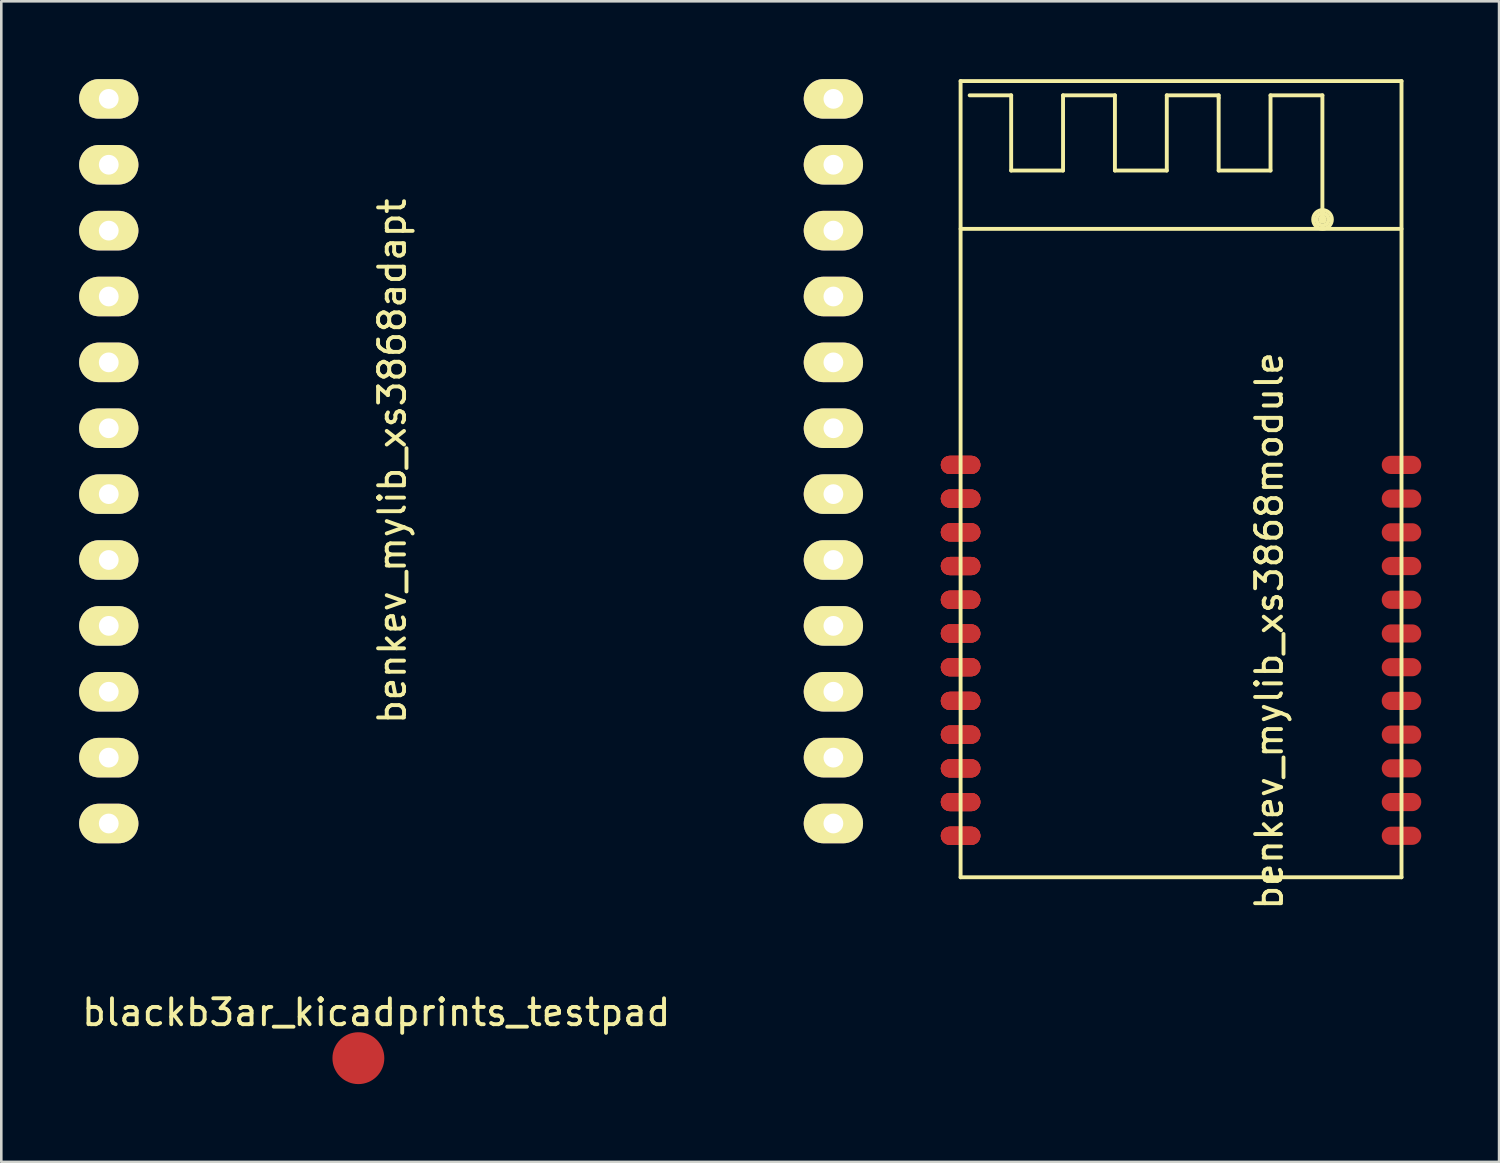
<source format=kicad_pcb>
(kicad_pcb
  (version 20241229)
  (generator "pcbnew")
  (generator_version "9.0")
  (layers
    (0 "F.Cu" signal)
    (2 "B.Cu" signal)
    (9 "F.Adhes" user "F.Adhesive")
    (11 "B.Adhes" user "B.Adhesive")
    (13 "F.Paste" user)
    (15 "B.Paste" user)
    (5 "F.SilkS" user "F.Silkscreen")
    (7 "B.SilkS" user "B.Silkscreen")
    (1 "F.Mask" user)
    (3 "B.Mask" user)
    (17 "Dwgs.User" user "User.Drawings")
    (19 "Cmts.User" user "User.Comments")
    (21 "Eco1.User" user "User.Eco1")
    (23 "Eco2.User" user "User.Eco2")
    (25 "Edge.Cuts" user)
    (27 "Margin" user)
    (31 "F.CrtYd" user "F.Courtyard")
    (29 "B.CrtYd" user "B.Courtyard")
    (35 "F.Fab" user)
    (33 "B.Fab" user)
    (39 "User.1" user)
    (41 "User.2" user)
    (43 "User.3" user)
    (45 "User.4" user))
  (footprint "blackb3ar_kicadprints_testpad"
    (layer "F.Cu")
    (at 10.768 37.75)
    (property "Reference" "blackb3ar_kicadprints_testpad" (at 0.69 -1.764 0) (layer "F.SilkS") (effects (font (size 1 1) (thickness 0.15))))
    (attr through_hole)
    (pad "1" smd circle (at 0 0) (size 2 2) (layers "F.Cu" "F.Mask" "F.Paste")))
  (footprint "benkev_mylib_xs3868module"
    (layer "F.Cu")
    (at 44.438 12.625)
    (property "Reference" "benkev_mylib_xs3868module" (at 1.45 8.65 270) (layer "F.SilkS") (effects (font (size 1 1) (thickness 0.15))))
    (attr through_hole)
    (fp_line (start -10.45 -12.55) (end -10.45 18.15) (stroke (width 0.15) (type solid)) (layer "F.SilkS"))
    (fp_line (start -10.45 18.15) (end 6.55 18.15) (stroke (width 0.15) (type solid)) (layer "F.SilkS"))
    (fp_line (start -8.5 -12) (end -10.1 -12) (stroke (width 0.15) (type solid)) (layer "F.SilkS"))
    (fp_line (start -8.5 -9.1) (end -8.5 -12) (stroke (width 0.15) (type solid)) (layer "F.SilkS"))
    (fp_line (start -6.5 -12) (end -6.5 -9.1) (stroke (width 0.15) (type solid)) (layer "F.SilkS"))
    (fp_line (start -6.5 -9.1) (end -8.5 -9.1) (stroke (width 0.15) (type solid)) (layer "F.SilkS"))
    (fp_line (start -4.5 -12) (end -6.5 -12) (stroke (width 0.15) (type solid)) (layer "F.SilkS"))
    (fp_line (start -4.5 -9.1) (end -4.5 -12) (stroke (width 0.15) (type solid)) (layer "F.SilkS"))
    (fp_line (start -2.5 -12) (end -2.5 -9.1) (stroke (width 0.15) (type solid)) (layer "F.SilkS"))
    (fp_line (start -2.5 -9.1) (end -4.5 -9.1) (stroke (width 0.15) (type solid)) (layer "F.SilkS"))
    (fp_line (start -0.5 -12) (end -2.5 -12) (stroke (width 0.15) (type solid)) (layer "F.SilkS"))
    (fp_line (start -0.5 -11.9) (end -0.5 -12) (stroke (width 0.15) (type solid)) (layer "F.SilkS"))
    (fp_line (start -0.5 -9.1) (end -0.5 -11.9) (stroke (width 0.15) (type solid)) (layer "F.SilkS"))
    (fp_line (start 1.5 -12) (end 1.5 -9.1) (stroke (width 0.15) (type solid)) (layer "F.SilkS"))
    (fp_line (start 1.5 -9.1) (end -0.5 -9.1) (stroke (width 0.15) (type solid)) (layer "F.SilkS"))
    (fp_line (start 3.5 -12) (end 1.5 -12) (stroke (width 0.15) (type solid)) (layer "F.SilkS"))
    (fp_line (start 3.5 -7.2) (end 3.5 -12) (stroke (width 0.15) (type solid)) (layer "F.SilkS"))
    (fp_line (start 6.55 -12.55) (end -10.45 -12.55) (stroke (width 0.15) (type solid)) (layer "F.SilkS"))
    (fp_line (start 6.55 -6.85) (end -10.45 -6.85) (stroke (width 0.15) (type solid)) (layer "F.SilkS"))
    (fp_line (start 6.55 18.15) (end 6.55 -12.55) (stroke (width 0.15) (type solid)) (layer "F.SilkS"))
    (fp_circle (center 3.505 -7.214) (end 3.505 -7.442) (stroke (width 0.15) (type solid)) (fill no) (layer "F.SilkS"))
    (fp_circle (center 3.505 -7.214) (end 3.556 -7.137) (stroke (width 0.15) (type solid)) (fill no) (layer "F.SilkS"))
    (fp_circle (center 3.505 -7.214) (end 3.734 -7.493) (stroke (width 0.15) (type solid)) (fill no) (layer "F.SilkS"))
    (pad "1" smd oval (at -10.45 2.25 270) (size 0.7 1.524) (layers "F.Cu" "F.Mask" "F.Paste"))
    (pad "1" smd oval (at -10.45 2.25 270) (size 0.7 1.524) (layers "F.Cu" "F.Mask" "F.Paste"))
    (pad "1" smd oval (at -10.45 2.25 270) (size 0.7 1.524) (layers "F.Cu" "F.Mask" "F.Paste"))
    (pad "1" smd oval (at -10.45 2.25 270) (size 0.7 1.524) (layers "F.Cu" "F.Mask" "F.Paste"))
    (pad "2" smd oval (at -10.45 3.55 270) (size 0.7 1.524) (layers "F.Cu" "F.Mask" "F.Paste"))
    (pad "2" smd oval (at -10.45 3.55 270) (size 0.7 1.524) (layers "F.Cu" "F.Mask" "F.Paste"))
    (pad "2" smd oval (at -10.45 3.55 270) (size 0.7 1.524) (layers "F.Cu" "F.Mask" "F.Paste"))
    (pad "2" smd oval (at -10.45 3.55 270) (size 0.7 1.524) (layers "F.Cu" "F.Mask" "F.Paste"))
    (pad "3" smd oval (at -10.45 4.85 270) (size 0.7 1.524) (layers "F.Cu" "F.Mask" "F.Paste"))
    (pad "3" smd oval (at -10.45 4.85 270) (size 0.7 1.524) (layers "F.Cu" "F.Mask" "F.Paste"))
    (pad "3" smd oval (at -10.45 4.85 270) (size 0.7 1.524) (layers "F.Cu" "F.Mask" "F.Paste"))
    (pad "3" smd oval (at -10.45 4.85 270) (size 0.7 1.524) (layers "F.Cu" "F.Mask" "F.Paste"))
    (pad "4" smd oval (at -10.45 6.15 270) (size 0.7 1.524) (layers "F.Cu" "F.Mask" "F.Paste"))
    (pad "4" smd oval (at -10.45 6.15 270) (size 0.7 1.524) (layers "F.Cu" "F.Mask" "F.Paste"))
    (pad "4" smd oval (at -10.45 6.15 270) (size 0.7 1.524) (layers "F.Cu" "F.Mask" "F.Paste"))
    (pad "4" smd oval (at -10.45 6.15 270) (size 0.7 1.524) (layers "F.Cu" "F.Mask" "F.Paste"))
    (pad "5" smd oval (at -10.45 7.45 270) (size 0.7 1.524) (layers "F.Cu" "F.Mask" "F.Paste"))
    (pad "5" smd oval (at -10.45 7.45 270) (size 0.7 1.524) (layers "F.Cu" "F.Mask" "F.Paste"))
    (pad "5" smd oval (at -10.45 7.45 270) (size 0.7 1.524) (layers "F.Cu" "F.Mask" "F.Paste"))
    (pad "5" smd oval (at -10.45 7.45 270) (size 0.7 1.524) (layers "F.Cu" "F.Mask" "F.Paste"))
    (pad "6" smd oval (at -10.45 8.75 270) (size 0.7 1.524) (layers "F.Cu" "F.Mask" "F.Paste"))
    (pad "6" smd oval (at -10.45 8.75 270) (size 0.7 1.524) (layers "F.Cu" "F.Mask" "F.Paste"))
    (pad "6" smd oval (at -10.45 8.75 270) (size 0.7 1.524) (layers "F.Cu" "F.Mask" "F.Paste"))
    (pad "6" smd oval (at -10.45 8.75 270) (size 0.7 1.524) (layers "F.Cu" "F.Mask" "F.Paste"))
    (pad "7" smd oval (at -10.45 10.05 270) (size 0.7 1.524) (layers "F.Cu" "F.Mask" "F.Paste"))
    (pad "7" smd oval (at -10.45 10.05 270) (size 0.7 1.524) (layers "F.Cu" "F.Mask" "F.Paste"))
    (pad "7" smd oval (at -10.45 10.05 270) (size 0.7 1.524) (layers "F.Cu" "F.Mask" "F.Paste"))
    (pad "7" smd oval (at -10.45 10.05 270) (size 0.7 1.524) (layers "F.Cu" "F.Mask" "F.Paste"))
    (pad "8" smd oval (at -10.45 11.35 270) (size 0.7 1.524) (layers "F.Cu" "F.Mask" "F.Paste"))
    (pad "8" smd oval (at -10.45 11.35 270) (size 0.7 1.524) (layers "F.Cu" "F.Mask" "F.Paste"))
    (pad "8" smd oval (at -10.45 11.35 270) (size 0.7 1.524) (layers "F.Cu" "F.Mask" "F.Paste"))
    (pad "8" smd oval (at -10.45 11.35 270) (size 0.7 1.524) (layers "F.Cu" "F.Mask" "F.Paste"))
    (pad "9" smd oval (at -10.45 12.65 270) (size 0.7 1.524) (layers "F.Cu" "F.Mask" "F.Paste"))
    (pad "9" smd oval (at -10.45 12.65 270) (size 0.7 1.524) (layers "F.Cu" "F.Mask" "F.Paste"))
    (pad "9" smd oval (at -10.45 12.65 270) (size 0.7 1.524) (layers "F.Cu" "F.Mask" "F.Paste"))
    (pad "9" smd oval (at -10.45 12.65 270) (size 0.7 1.524) (layers "F.Cu" "F.Mask" "F.Paste"))
    (pad "10" smd oval (at -10.45 13.95 270) (size 0.7 1.524) (layers "F.Cu" "F.Mask" "F.Paste"))
    (pad "10" smd oval (at -10.45 13.95 270) (size 0.7 1.524) (layers "F.Cu" "F.Mask" "F.Paste"))
    (pad "10" smd oval (at -10.45 13.95 270) (size 0.7 1.524) (layers "F.Cu" "F.Mask" "F.Paste"))
    (pad "10" smd oval (at -10.45 13.95 270) (size 0.7 1.524) (layers "F.Cu" "F.Mask" "F.Paste"))
    (pad "11" smd oval (at -10.45 15.25 270) (size 0.7 1.524) (layers "F.Cu" "F.Mask" "F.Paste"))
    (pad "11" smd oval (at -10.45 15.25 270) (size 0.7 1.524) (layers "F.Cu" "F.Mask" "F.Paste"))
    (pad "11" smd oval (at -10.45 15.25 270) (size 0.7 1.524) (layers "F.Cu" "F.Mask" "F.Paste"))
    (pad "11" smd oval (at -10.45 15.25 270) (size 0.7 1.524) (layers "F.Cu" "F.Mask" "F.Paste"))
    (pad "12" smd oval (at -10.45 16.55 270) (size 0.7 1.524) (layers "F.Cu" "F.Mask" "F.Paste"))
    (pad "12" smd oval (at -10.45 16.55 270) (size 0.7 1.524) (layers "F.Cu" "F.Mask" "F.Paste"))
    (pad "12" smd oval (at -10.45 16.55 270) (size 0.7 1.524) (layers "F.Cu" "F.Mask" "F.Paste"))
    (pad "12" smd oval (at -10.45 16.55 270) (size 0.7 1.524) (layers "F.Cu" "F.Mask" "F.Paste"))
    (pad "13" smd oval (at 6.55 16.55 270) (size 0.7 1.524) (layers "F.Cu" "F.Mask" "F.Paste"))
    (pad "14" smd oval (at 6.55 15.25 270) (size 0.7 1.524) (layers "F.Cu" "F.Mask" "F.Paste"))
    (pad "15" smd oval (at 6.55 13.95 270) (size 0.7 1.524) (layers "F.Cu" "F.Mask" "F.Paste"))
    (pad "16" smd oval (at 6.55 12.65 270) (size 0.7 1.524) (layers "F.Cu" "F.Mask" "F.Paste"))
    (pad "17" smd oval (at 6.55 11.35 270) (size 0.7 1.524) (layers "F.Cu" "F.Mask" "F.Paste"))
    (pad "18" smd oval (at 6.55 10.05 270) (size 0.7 1.524) (layers "F.Cu" "F.Mask" "F.Paste"))
    (pad "19" smd oval (at 6.55 8.75 270) (size 0.7 1.524) (layers "F.Cu" "F.Mask" "F.Paste"))
    (pad "20" smd oval (at 6.55 7.45 270) (size 0.7 1.524) (layers "F.Cu" "F.Mask" "F.Paste"))
    (pad "21" smd oval (at 6.55 6.15 270) (size 0.7 1.524) (layers "F.Cu" "F.Mask" "F.Paste"))
    (pad "22" smd oval (at 6.55 4.85 270) (size 0.7 1.524) (layers "F.Cu" "F.Mask" "F.Paste"))
    (pad "23" smd oval (at 6.55 3.55 270) (size 0.7 1.524) (layers "F.Cu" "F.Mask" "F.Paste"))
    (pad "24" smd oval (at 6.55 2.25 270) (size 0.7 1.524) (layers "F.Cu" "F.Mask" "F.Paste")))
  (footprint "benkev_mylib_xs3868adapt"
    (layer "F.Cu")
    (at 15.113 14.732)
    (property "Reference" "benkev_mylib_xs3868adapt" (at -3.04 0 270) (layer "F.SilkS") (effects (font (size 1 1) (thickness 0.15))))
    (attr through_hole)
    (pad "1" thru_hole oval (at -13.97 -13.97 270) (size 1.524 2.286) (drill 0.762) (layers "*.Cu" "*.Mask" "F.SilkS"))
    (pad "2" thru_hole oval (at -13.97 -11.43 270) (size 1.524 2.286) (drill 0.762) (layers "*.Cu" "*.Mask" "F.SilkS"))
    (pad "3" thru_hole oval (at -13.97 -8.89 270) (size 1.524 2.286) (drill 0.762) (layers "*.Cu" "*.Mask" "F.SilkS"))
    (pad "4" thru_hole oval (at -13.97 -6.35 270) (size 1.524 2.286) (drill 0.762) (layers "*.Cu" "*.Mask" "F.SilkS"))
    (pad "5" thru_hole oval (at -13.97 -3.81 270) (size 1.524 2.286) (drill 0.762) (layers "*.Cu" "*.Mask" "F.SilkS"))
    (pad "6" thru_hole oval (at -13.97 -1.27 270) (size 1.524 2.286) (drill 0.762) (layers "*.Cu" "*.Mask" "F.SilkS"))
    (pad "7" thru_hole oval (at -13.97 1.27 270) (size 1.524 2.286) (drill 0.762) (layers "*.Cu" "*.Mask" "F.SilkS"))
    (pad "8" thru_hole oval (at -13.97 3.81 270) (size 1.524 2.286) (drill 0.762) (layers "*.Cu" "*.Mask" "F.SilkS"))
    (pad "9" thru_hole oval (at -13.97 6.35 270) (size 1.524 2.286) (drill 0.762) (layers "*.Cu" "*.Mask" "F.SilkS"))
    (pad "10" thru_hole oval (at -13.97 8.89 270) (size 1.524 2.286) (drill 0.762) (layers "*.Cu" "*.Mask" "F.SilkS"))
    (pad "11" thru_hole oval (at -13.97 11.43 270) (size 1.524 2.286) (drill 0.762) (layers "*.Cu" "*.Mask" "F.SilkS"))
    (pad "12" thru_hole oval (at -13.97 13.97 270) (size 1.524 2.286) (drill 0.762) (layers "*.Cu" "*.Mask" "F.SilkS"))
    (pad "13" thru_hole oval (at 13.97 13.97 270) (size 1.524 2.286) (drill 0.762) (layers "*.Cu" "*.Mask" "F.SilkS"))
    (pad "14" thru_hole oval (at 13.97 11.43 270) (size 1.524 2.286) (drill 0.762) (layers "*.Cu" "*.Mask" "F.SilkS"))
    (pad "15" thru_hole oval (at 13.97 8.89 270) (size 1.524 2.286) (drill 0.762) (layers "*.Cu" "*.Mask" "F.SilkS"))
    (pad "16" thru_hole oval (at 13.97 6.35 270) (size 1.524 2.286) (drill 0.762) (layers "*.Cu" "*.Mask" "F.SilkS"))
    (pad "17" thru_hole oval (at 13.97 3.81 270) (size 1.524 2.286) (drill 0.762) (layers "*.Cu" "*.Mask" "F.SilkS"))
    (pad "18" thru_hole oval (at 13.97 1.27 270) (size 1.524 2.286) (drill 0.762) (layers "*.Cu" "*.Mask" "F.SilkS"))
    (pad "19" thru_hole oval (at 13.97 -1.27 270) (size 1.524 2.286) (drill 0.762) (layers "*.Cu" "*.Mask" "F.SilkS"))
    (pad "20" thru_hole oval (at 13.97 -3.81 270) (size 1.524 2.286) (drill 0.762) (layers "*.Cu" "*.Mask" "F.SilkS"))
    (pad "21" thru_hole oval (at 13.97 -6.35 270) (size 1.524 2.286) (drill 0.762) (layers "*.Cu" "*.Mask" "F.SilkS"))
    (pad "22" thru_hole oval (at 13.97 -8.89 270) (size 1.524 2.286) (drill 0.762) (layers "*.Cu" "*.Mask" "F.SilkS"))
    (pad "23" thru_hole oval (at 13.97 -11.43 270) (size 1.524 2.286) (drill 0.762) (layers "*.Cu" "*.Mask" "F.SilkS"))
    (pad "24" thru_hole oval (at 13.97 -13.97 270) (size 1.524 2.286) (drill 0.762) (layers "*.Cu" "*.Mask" "F.SilkS")))
  (gr_rect
    (start -3 -3)
    (end 54.75 41.75)
    (stroke (width 0.1) (type default))
    (fill no)
    (layer "Edge.Cuts")))
</source>
